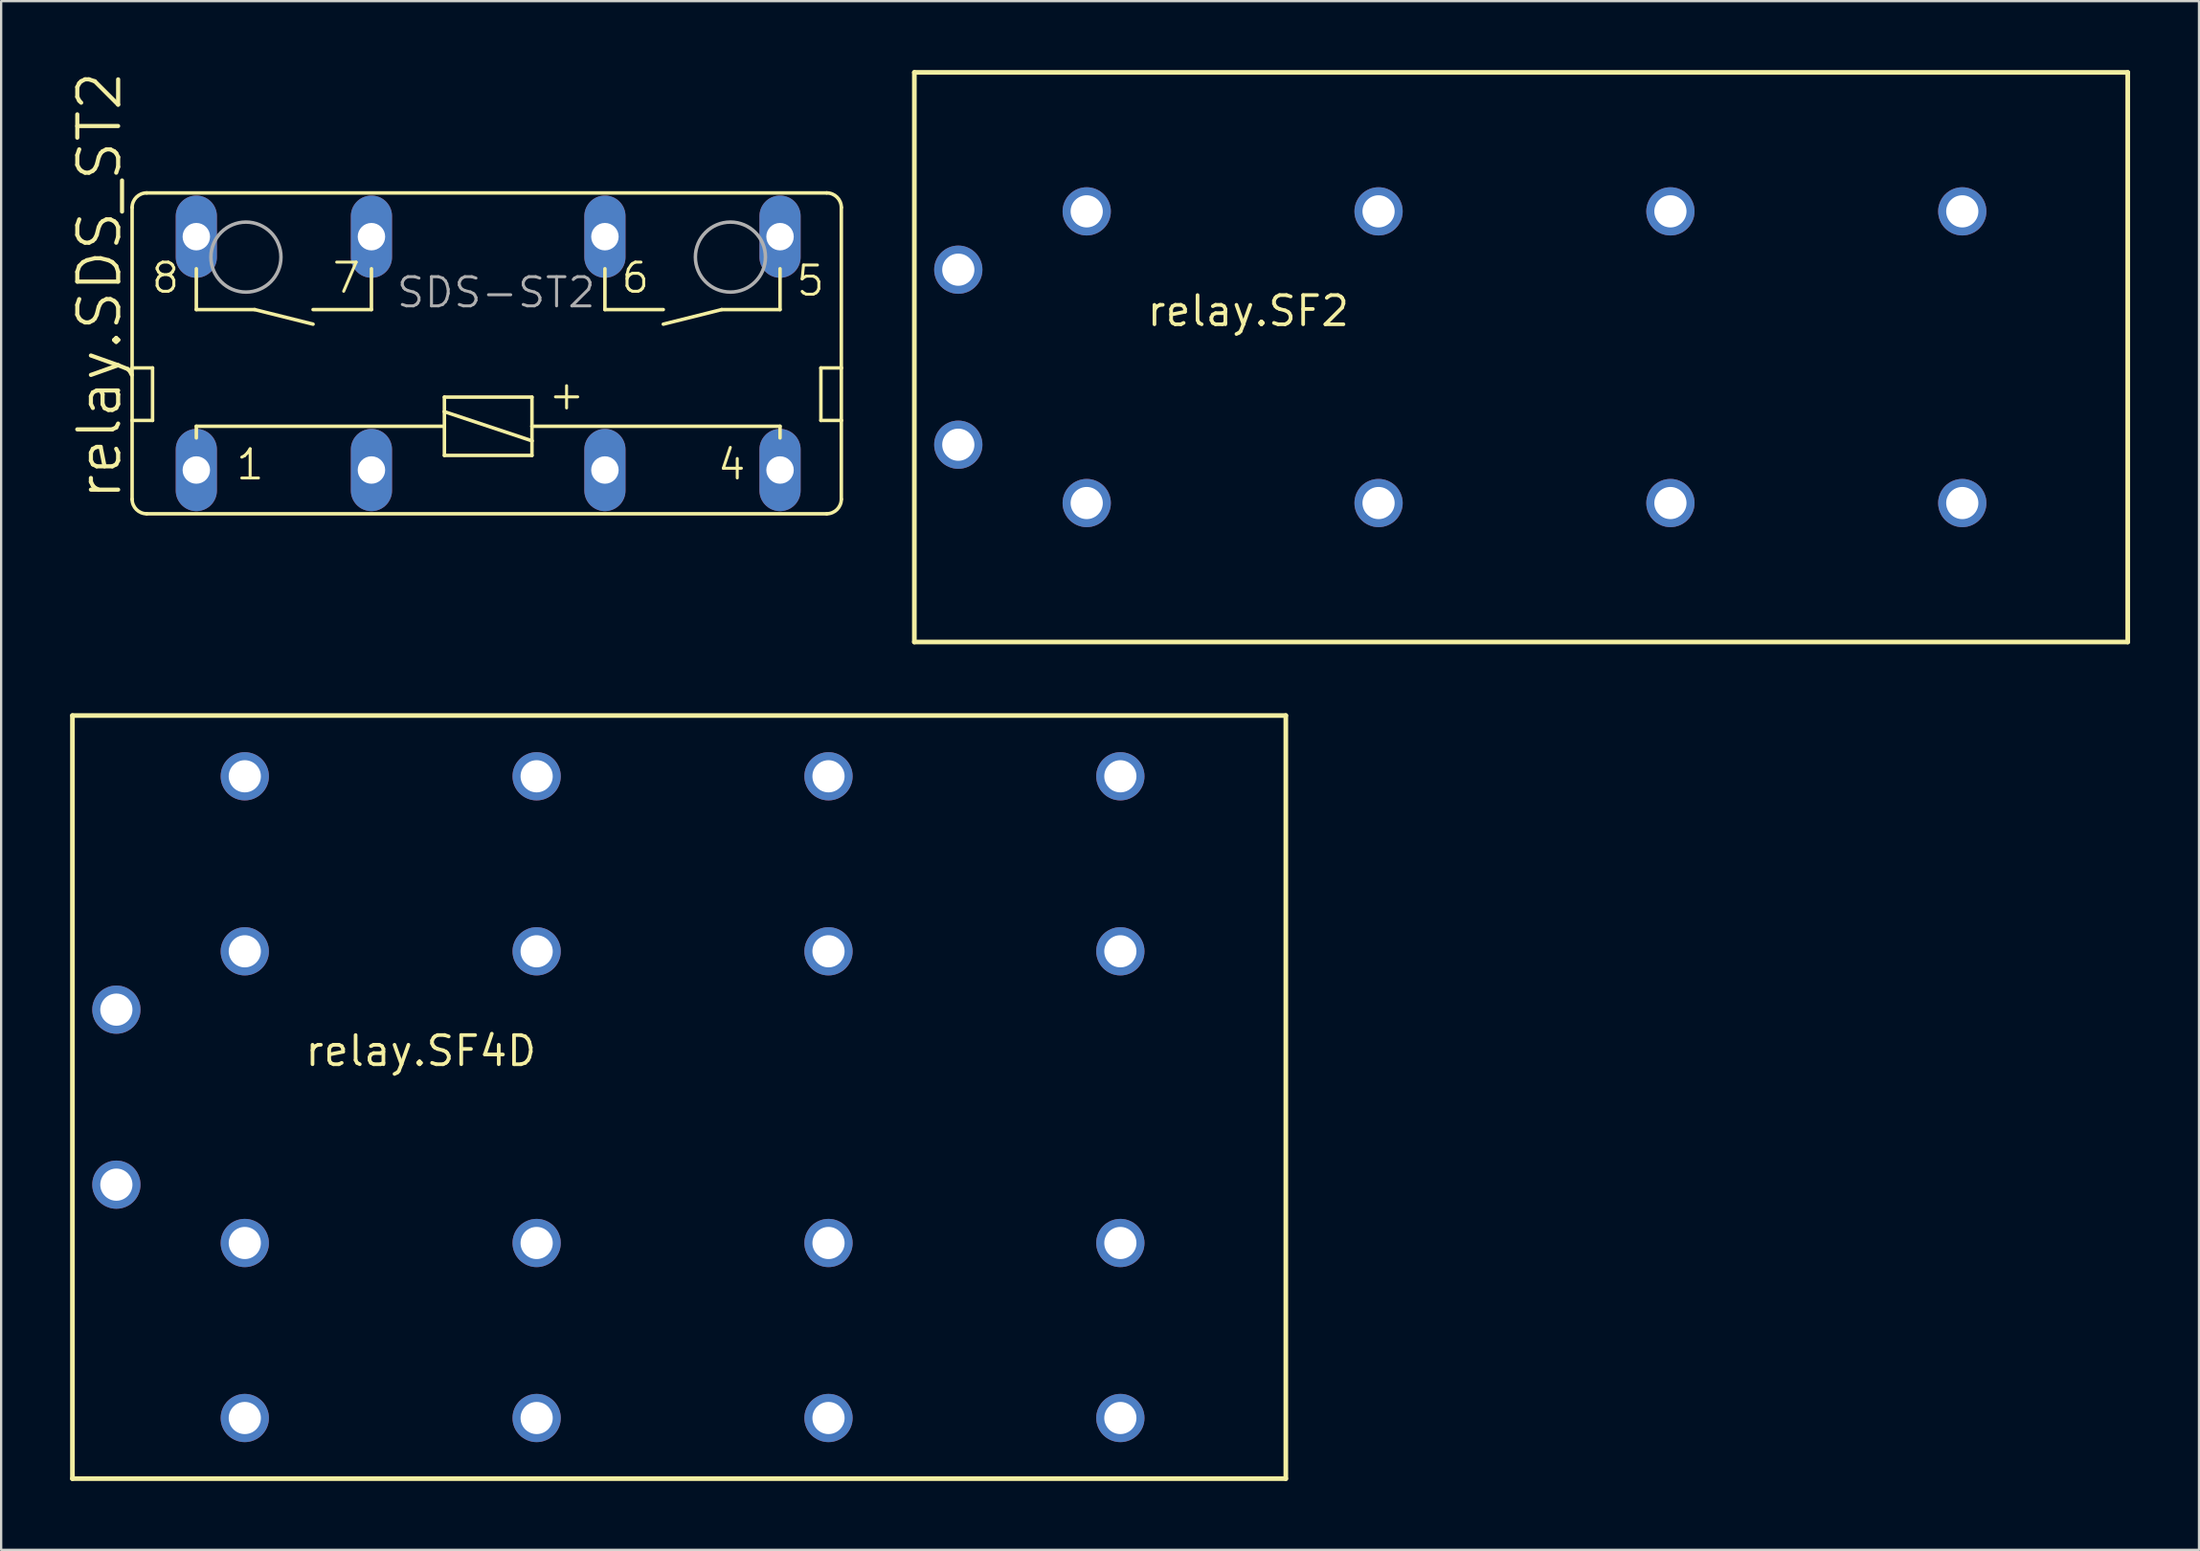
<source format=kicad_pcb>
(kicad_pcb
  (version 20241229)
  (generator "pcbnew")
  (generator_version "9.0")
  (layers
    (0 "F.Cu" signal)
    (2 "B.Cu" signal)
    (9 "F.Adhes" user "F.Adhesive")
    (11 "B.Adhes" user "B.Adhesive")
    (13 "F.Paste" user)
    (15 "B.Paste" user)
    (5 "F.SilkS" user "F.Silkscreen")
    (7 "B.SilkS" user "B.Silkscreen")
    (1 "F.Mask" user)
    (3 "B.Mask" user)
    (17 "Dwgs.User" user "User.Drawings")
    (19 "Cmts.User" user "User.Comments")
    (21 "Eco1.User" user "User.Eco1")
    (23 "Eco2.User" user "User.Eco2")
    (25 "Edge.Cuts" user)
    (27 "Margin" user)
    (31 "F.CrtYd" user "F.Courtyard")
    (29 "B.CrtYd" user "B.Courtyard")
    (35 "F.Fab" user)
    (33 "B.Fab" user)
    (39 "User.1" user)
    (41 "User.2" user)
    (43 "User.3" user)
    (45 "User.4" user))
  (footprint "relay.SF4D"
    (layer "F.Cu")
    (at 26.652 44.719)
    (property "Reference" "relay.SF4D" (at -16.51 -1.27 0) (layer "F.SilkS") (effects (font (size 1.27 1.27) (thickness 0.16)) (justify left bottom)))
    (attr through_hole)
    (fp_line (start -26.55 -16.614) (end 26.25 -16.614) (stroke (width 0.203) (type default)) (layer "F.SilkS"))
    (fp_line (start -26.55 16.61) (end -26.55 -16.614) (stroke (width 0.203) (type default)) (layer "F.SilkS"))
    (fp_line (start 26.25 -16.614) (end 26.25 16.61) (stroke (width 0.203) (type default)) (layer "F.SilkS"))
    (fp_line (start 26.25 16.61) (end -26.55 16.61) (stroke (width 0.203) (type default)) (layer "F.SilkS"))
    (pad "1" thru_hole circle (at -24.638 3.81) (size 2.1 2.1) (drill 1.4) (layers "*.Cu" "*.Mask"))
    (pad "2" thru_hole circle (at -24.638 -3.81) (size 2.1 2.1) (drill 1.4) (layers "*.Cu" "*.Mask"))
    (pad "5" thru_hole circle (at -19.05 6.35) (size 2.1 2.1) (drill 1.4) (layers "*.Cu" "*.Mask"))
    (pad "6" thru_hole circle (at -6.35 6.35) (size 2.1 2.1) (drill 1.4) (layers "*.Cu" "*.Mask"))
    (pad "7" thru_hole circle (at 6.35 6.35) (size 2.1 2.1) (drill 1.4) (layers "*.Cu" "*.Mask"))
    (pad "8" thru_hole circle (at 19.05 6.35) (size 2.1 2.1) (drill 1.4) (layers "*.Cu" "*.Mask"))
    (pad "9" thru_hole circle (at -19.05 -6.35) (size 2.1 2.1) (drill 1.4) (layers "*.Cu" "*.Mask"))
    (pad "10" thru_hole circle (at -6.35 -6.35) (size 2.1 2.1) (drill 1.4) (layers "*.Cu" "*.Mask"))
    (pad "11" thru_hole circle (at 6.35 -6.35) (size 2.1 2.1) (drill 1.4) (layers "*.Cu" "*.Mask"))
    (pad "12" thru_hole circle (at 19.05 -6.35) (size 2.1 2.1) (drill 1.4) (layers "*.Cu" "*.Mask"))
    (pad "13" thru_hole circle (at -19.05 13.97) (size 2.1 2.1) (drill 1.4) (layers "*.Cu" "*.Mask"))
    (pad "14" thru_hole circle (at -6.35 13.97) (size 2.1 2.1) (drill 1.4) (layers "*.Cu" "*.Mask"))
    (pad "15" thru_hole circle (at 6.35 13.97) (size 2.1 2.1) (drill 1.4) (layers "*.Cu" "*.Mask"))
    (pad "16" thru_hole circle (at 19.05 13.97) (size 2.1 2.1) (drill 1.4) (layers "*.Cu" "*.Mask"))
    (pad "17" thru_hole circle (at -19.05 -13.97) (size 2.1 2.1) (drill 1.4) (layers "*.Cu" "*.Mask"))
    (pad "18" thru_hole circle (at -6.35 -13.97) (size 2.1 2.1) (drill 1.4) (layers "*.Cu" "*.Mask"))
    (pad "19" thru_hole circle (at 6.35 -13.97) (size 2.1 2.1) (drill 1.4) (layers "*.Cu" "*.Mask"))
    (pad "20" thru_hole circle (at 19.05 -13.97) (size 2.1 2.1) (drill 1.4) (layers "*.Cu" "*.Mask")))
  (footprint "relay.SF2"
    (layer "F.Cu")
    (at 63.288 12.502)
    (property "Reference" "relay.SF2" (at -16.51 -1.27 0) (layer "F.SilkS") (effects (font (size 1.27 1.27) (thickness 0.16)) (justify left bottom)))
    (attr through_hole)
    (fp_line (start -26.55 -12.4) (end 26.25 -12.4) (stroke (width 0.203) (type default)) (layer "F.SilkS"))
    (fp_line (start -26.55 12.4) (end -26.55 -12.4) (stroke (width 0.203) (type default)) (layer "F.SilkS"))
    (fp_line (start 26.25 -12.4) (end 26.25 12.4) (stroke (width 0.203) (type default)) (layer "F.SilkS"))
    (fp_line (start 26.25 12.4) (end -26.55 12.4) (stroke (width 0.203) (type default)) (layer "F.SilkS"))
    (pad "1" thru_hole circle (at -24.638 3.81) (size 2.1 2.1) (drill 1.4) (layers "*.Cu" "*.Mask"))
    (pad "2" thru_hole circle (at -24.638 -3.81) (size 2.1 2.1) (drill 1.4) (layers "*.Cu" "*.Mask"))
    (pad "5" thru_hole circle (at -19.05 6.35) (size 2.1 2.1) (drill 1.4) (layers "*.Cu" "*.Mask"))
    (pad "6" thru_hole circle (at -6.35 6.35) (size 2.1 2.1) (drill 1.4) (layers "*.Cu" "*.Mask"))
    (pad "7" thru_hole circle (at 6.35 6.35) (size 2.1 2.1) (drill 1.4) (layers "*.Cu" "*.Mask"))
    (pad "8" thru_hole circle (at 19.05 6.35) (size 2.1 2.1) (drill 1.4) (layers "*.Cu" "*.Mask"))
    (pad "9" thru_hole circle (at -19.05 -6.35) (size 2.1 2.1) (drill 1.4) (layers "*.Cu" "*.Mask"))
    (pad "10" thru_hole circle (at -6.35 -6.35) (size 2.1 2.1) (drill 1.4) (layers "*.Cu" "*.Mask"))
    (pad "11" thru_hole circle (at 6.35 -6.35) (size 2.1 2.1) (drill 1.4) (layers "*.Cu" "*.Mask"))
    (pad "12" thru_hole circle (at 19.05 -6.35) (size 2.1 2.1) (drill 1.4) (layers "*.Cu" "*.Mask")))
  (footprint "relay.SDS_ST2"
    (layer "F.Cu")
    (at 18.193 12.334)
    (property "Reference" "relay.SDS_ST2" (at -15.875 6.477 90) (layer "F.SilkS") (effects (font (size 1.778 1.778) (thickness 0.18)) (justify left bottom)))
    (attr through_hole)
    (fp_line (start -15.494 0.635) (end -15.494 -6.35) (stroke (width 0.152) (type default)) (layer "F.SilkS"))
    (fp_line (start -15.494 0.635) (end -14.605 0.635) (stroke (width 0.152) (type default)) (layer "F.SilkS"))
    (fp_line (start -15.494 2.921) (end -15.494 0.635) (stroke (width 0.152) (type default)) (layer "F.SilkS"))
    (fp_line (start -15.494 6.35) (end -15.494 2.921) (stroke (width 0.152) (type default)) (layer "F.SilkS"))
    (fp_line (start -14.859 -6.985) (end 14.732 -6.985) (stroke (width 0.152) (type default)) (layer "F.SilkS"))
    (fp_line (start -14.605 2.921) (end -15.494 2.921) (stroke (width 0.152) (type default)) (layer "F.SilkS"))
    (fp_line (start -14.605 2.921) (end -14.605 0.635) (stroke (width 0.152) (type default)) (layer "F.SilkS"))
    (fp_line (start -12.7 -3.683) (end -12.7 -1.905) (stroke (width 0.152) (type default)) (layer "F.SilkS"))
    (fp_line (start -12.7 -1.905) (end -10.16 -1.905) (stroke (width 0.152) (type default)) (layer "F.SilkS"))
    (fp_line (start -12.7 3.175) (end -12.7 3.683) (stroke (width 0.152) (type default)) (layer "F.SilkS"))
    (fp_line (start -10.16 -1.905) (end -7.62 -1.27) (stroke (width 0.152) (type default)) (layer "F.SilkS"))
    (fp_line (start -7.62 -1.905) (end -5.08 -1.905) (stroke (width 0.152) (type default)) (layer "F.SilkS"))
    (fp_line (start -5.08 -1.905) (end -5.08 -3.683) (stroke (width 0.152) (type default)) (layer "F.SilkS"))
    (fp_line (start -1.905 1.905) (end 1.905 1.905) (stroke (width 0.152) (type default)) (layer "F.SilkS"))
    (fp_line (start -1.905 2.54) (end -1.905 1.905) (stroke (width 0.152) (type default)) (layer "F.SilkS"))
    (fp_line (start -1.905 3.175) (end -12.7 3.175) (stroke (width 0.152) (type default)) (layer "F.SilkS"))
    (fp_line (start -1.905 3.175) (end -1.905 2.54) (stroke (width 0.152) (type default)) (layer "F.SilkS"))
    (fp_line (start -1.905 4.445) (end -1.905 3.175) (stroke (width 0.152) (type default)) (layer "F.SilkS"))
    (fp_line (start 1.905 1.905) (end 1.905 3.175) (stroke (width 0.152) (type default)) (layer "F.SilkS"))
    (fp_line (start 1.905 3.175) (end 1.905 3.81) (stroke (width 0.152) (type default)) (layer "F.SilkS"))
    (fp_line (start 1.905 3.81) (end -1.905 2.54) (stroke (width 0.152) (type default)) (layer "F.SilkS"))
    (fp_line (start 1.905 3.81) (end 1.905 4.445) (stroke (width 0.152) (type default)) (layer "F.SilkS"))
    (fp_line (start 1.905 4.445) (end -1.905 4.445) (stroke (width 0.152) (type default)) (layer "F.SilkS"))
    (fp_line (start 5.08 -1.905) (end 5.08 -3.683) (stroke (width 0.152) (type default)) (layer "F.SilkS"))
    (fp_line (start 7.62 -1.905) (end 5.08 -1.905) (stroke (width 0.152) (type default)) (layer "F.SilkS"))
    (fp_line (start 10.16 -1.905) (end 7.62 -1.27) (stroke (width 0.152) (type default)) (layer "F.SilkS"))
    (fp_line (start 12.7 -3.683) (end 12.7 -1.905) (stroke (width 0.152) (type default)) (layer "F.SilkS"))
    (fp_line (start 12.7 -1.905) (end 10.16 -1.905) (stroke (width 0.152) (type default)) (layer "F.SilkS"))
    (fp_line (start 12.7 3.175) (end 1.905 3.175) (stroke (width 0.152) (type default)) (layer "F.SilkS"))
    (fp_line (start 12.7 3.683) (end 12.7 3.175) (stroke (width 0.152) (type default)) (layer "F.SilkS"))
    (fp_line (start 14.478 0.635) (end 15.367 0.635) (stroke (width 0.152) (type default)) (layer "F.SilkS"))
    (fp_line (start 14.478 2.921) (end 14.478 0.635) (stroke (width 0.152) (type default)) (layer "F.SilkS"))
    (fp_line (start 14.732 6.985) (end -14.859 6.985) (stroke (width 0.152) (type default)) (layer "F.SilkS"))
    (fp_line (start 15.367 -6.35) (end 15.367 0.635) (stroke (width 0.152) (type default)) (layer "F.SilkS"))
    (fp_line (start 15.367 0.635) (end 15.367 2.921) (stroke (width 0.152) (type default)) (layer "F.SilkS"))
    (fp_line (start 15.367 2.921) (end 14.478 2.921) (stroke (width 0.152) (type default)) (layer "F.SilkS"))
    (fp_line (start 15.367 2.921) (end 15.367 6.35) (stroke (width 0.152) (type default)) (layer "F.SilkS"))
    (fp_arc (start -15.494 -6.35) (mid -15.308013 -6.799013) (end -14.859 -6.985) (stroke (width 0.1524) (type default)) (layer "F.SilkS"))
    (fp_arc (start -14.859 6.985) (mid -15.308013 6.799013) (end -15.494 6.35) (stroke (width 0.1524) (type default)) (layer "F.SilkS"))
    (fp_arc (start 14.732 -6.985) (mid 15.181013 -6.799013) (end 15.367 -6.35) (stroke (width 0.1524) (type default)) (layer "F.SilkS"))
    (fp_arc (start 15.367 6.35) (mid 15.181013 6.799013) (end 14.732 6.985) (stroke (width 0.1524) (type default)) (layer "F.SilkS"))
    (fp_circle (center -10.541 -4.191) (end -9.017 -4.191) (stroke (width 0.152) (type default)) (fill no) (layer "F.Fab"))
    (fp_circle (center 10.541 -4.191) (end 12.065 -4.191) (stroke (width 0.152) (type default)) (fill no) (layer "F.Fab"))
    (fp_text user "4" (at 9.906 5.588 0) (layer "F.SilkS") (effects (font (size 1.27 1.27) (thickness 0.13)) (justify left bottom)))
    (fp_text user "7" (at -6.858 -2.54 0) (layer "F.SilkS") (effects (font (size 1.27 1.27) (thickness 0.13)) (justify left bottom)))
    (fp_text user "5" (at 13.335 -2.413 0) (layer "F.SilkS") (effects (font (size 1.27 1.27) (thickness 0.13)) (justify left bottom)))
    (fp_text user "+" (at 2.54 2.54 0) (layer "F.SilkS") (effects (font (size 1.27 1.27) (thickness 0.13)) (justify left bottom)))
    (fp_text user "8" (at -14.732 -2.54 0) (layer "F.SilkS") (effects (font (size 1.27 1.27) (thickness 0.13)) (justify left bottom)))
    (fp_text user "1" (at -11.049 5.588 0) (layer "F.SilkS") (effects (font (size 1.27 1.27) (thickness 0.13)) (justify left bottom)))
    (fp_text user "6" (at 5.715 -2.54 0) (layer "F.SilkS") (effects (font (size 1.27 1.27) (thickness 0.13)) (justify left bottom)))
    (fp_text user "SDS-ST2" (at -4.064 -1.905 0) (layer "F.Fab") (effects (font (size 1.27 1.27) (thickness 0.13)) (justify left bottom)))
    (pad "1" thru_hole oval (at -12.7 5.08 90) (size 3.581 1.791) (drill 1.194) (layers "*.Cu" "*.Mask"))
    (pad "2" thru_hole oval (at -5.08 5.08 90) (size 3.581 1.791) (drill 1.194) (layers "*.Cu" "*.Mask"))
    (pad "3" thru_hole oval (at 5.08 5.08 90) (size 3.581 1.791) (drill 1.194) (layers "*.Cu" "*.Mask"))
    (pad "4" thru_hole oval (at 12.7 5.08 90) (size 3.581 1.791) (drill 1.194) (layers "*.Cu" "*.Mask"))
    (pad "P1" thru_hole oval (at 12.7 -5.08 90) (size 3.581 1.791) (drill 1.194) (layers "*.Cu" "*.Mask"))
    (pad "P2" thru_hole oval (at -12.7 -5.08 90) (size 3.581 1.791) (drill 1.194) (layers "*.Cu" "*.Mask"))
    (pad "S1" thru_hole oval (at 5.08 -5.08 90) (size 3.581 1.791) (drill 1.194) (layers "*.Cu" "*.Mask"))
    (pad "S2" thru_hole oval (at -5.08 -5.08 90) (size 3.581 1.791) (drill 1.194) (layers "*.Cu" "*.Mask")))
  (gr_rect
    (start -3 -3)
    (end 92.639 64.43)
    (stroke (width 0.1) (type default))
    (fill no)
    (layer "Edge.Cuts")))
</source>
